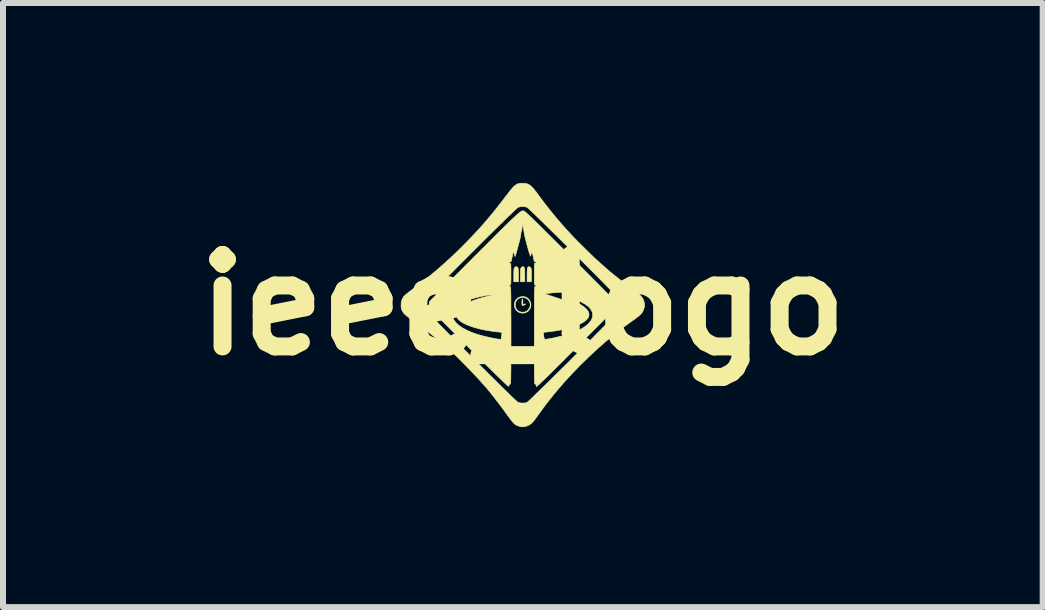
<source format=kicad_pcb>
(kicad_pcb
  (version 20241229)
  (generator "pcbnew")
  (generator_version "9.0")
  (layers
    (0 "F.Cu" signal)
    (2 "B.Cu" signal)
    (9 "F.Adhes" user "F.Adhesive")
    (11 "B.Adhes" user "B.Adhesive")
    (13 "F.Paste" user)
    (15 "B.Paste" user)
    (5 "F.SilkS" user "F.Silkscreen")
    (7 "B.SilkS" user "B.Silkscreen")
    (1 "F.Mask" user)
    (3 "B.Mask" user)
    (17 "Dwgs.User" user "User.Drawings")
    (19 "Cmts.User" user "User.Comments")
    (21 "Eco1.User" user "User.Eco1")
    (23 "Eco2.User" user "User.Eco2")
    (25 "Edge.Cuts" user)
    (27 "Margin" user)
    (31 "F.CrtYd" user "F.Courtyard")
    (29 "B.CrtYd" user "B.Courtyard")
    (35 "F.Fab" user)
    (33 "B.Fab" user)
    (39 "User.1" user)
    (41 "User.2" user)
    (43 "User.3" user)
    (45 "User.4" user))
  (footprint "ieee_logo"
    (layer "F.Cu")
    (at 5.668 2.037)
    (property "Reference" "ieee_logo" (at 0 0 0) (layer "F.SilkS") (effects (font (size 1.524 1.524) (thickness 0.3))))
    (attr through_hole)
    (fp_poly (pts (xy -0.091 -0.632) (xy -0.085 -0.626) (xy -0.08 -0.617) (xy -0.077 -0.602) (xy -0.075 -0.578) (xy -0.074 -0.544) (xy -0.073 -0.505) (xy -0.07 -0.389) (xy -0.151 -0.389) (xy -0.151 -0.5) (xy -0.151 -0.545) (xy -0.15 -0.576) (xy -0.148 -0.598) (xy -0.145 -0.612) (xy -0.14 -0.621) (xy -0.135 -0.627) (xy -0.119 -0.64) (xy -0.107 -0.641) (xy -0.091 -0.632)) (stroke (width 0.01) (type solid)) (fill yes) (layer "F.SilkS"))
    (fp_poly (pts (xy 0.019 -0.63) (xy 0.024 -0.623) (xy 0.028 -0.609) (xy 0.03 -0.588) (xy 0.031 -0.556) (xy 0.032 -0.512) (xy 0.032 -0.503) (xy 0.032 -0.389) (xy -0.04 -0.389) (xy -0.04 -0.5) (xy -0.039 -0.545) (xy -0.039 -0.576) (xy -0.037 -0.598) (xy -0.034 -0.612) (xy -0.029 -0.621) (xy -0.024 -0.627) (xy -0.007 -0.64) (xy 0.006 -0.641) (xy 0.019 -0.63)) (stroke (width 0.01) (type solid)) (fill yes) (layer "F.SilkS"))
    (fp_poly (pts (xy 0.112 -0.639) (xy 0.127 -0.627) (xy 0.133 -0.619) (xy 0.138 -0.609) (xy 0.141 -0.594) (xy 0.142 -0.57) (xy 0.143 -0.536) (xy 0.143 -0.5) (xy 0.143 -0.389) (xy 0.071 -0.389) (xy 0.071 -0.503) (xy 0.072 -0.55) (xy 0.073 -0.584) (xy 0.075 -0.607) (xy 0.078 -0.621) (xy 0.083 -0.63) (xy 0.084 -0.63) (xy 0.099 -0.641) (xy 0.112 -0.639)) (stroke (width 0.01) (type solid)) (fill yes) (layer "F.SilkS"))
    (fp_poly (pts (xy -0.004 -0.096) (xy -0.001 -0.077) (xy 0 -0.056) (xy 0.000395 -0.028) (xy 0.003 -0.013) (xy 0.008 -0.009) (xy 0.019 -0.013) (xy 0.024 -0.016) (xy 0.038 -0.02) (xy 0.043 -0.017) (xy 0.039 -0.01) (xy 0.026 -0.002) (xy 0.008 0.005) (xy -0.008 0.008) (xy -0.009 0.008) (xy -0.012 0.001) (xy -0.015 -0.018) (xy -0.016 -0.045) (xy -0.016 -0.048) (xy -0.015 -0.076) (xy -0.012 -0.096) (xy -0.008 -0.103) (xy -0.008 -0.103) (xy -0.004 -0.096)) (stroke (width 0.01) (type solid)) (fill yes) (layer "F.SilkS"))
    (fp_poly (pts (xy 0.06 -0.129) (xy 0.093 -0.105) (xy 0.118 -0.072) (xy 0.132 -0.03) (xy 0.135 -0.004) (xy 0.128 0.042) (xy 0.108 0.08) (xy 0.079 0.109) (xy 0.043 0.128) (xy 0.001 0.135) (xy -0.043 0.129) (xy -0.07 0.118) (xy -0.104 0.093) (xy -0.128 0.06) (xy -0.14 0.022) (xy -0.141 -0.004) (xy -0.127 -0.004) (xy -0.12 0.041) (xy -0.101 0.077) (xy -0.07 0.103) (xy -0.03 0.117) (xy -0.003 0.119) (xy 0.034 0.115) (xy 0.064 0.101) (xy 0.089 0.078) (xy 0.109 0.048) (xy 0.122 0.015) (xy 0.124 -0.014) (xy 0.124 -0.018) (xy 0.109 -0.062) (xy 0.082 -0.095) (xy 0.046 -0.118) (xy 0.003 -0.127) (xy -0.004 -0.127) (xy -0.049 -0.12) (xy -0.085 -0.101) (xy -0.111 -0.07) (xy -0.125 -0.03) (xy -0.127 -0.004) (xy -0.141 -0.004) (xy -0.142 -0.019) (xy -0.132 -0.058) (xy -0.112 -0.093) (xy -0.08 -0.12) (xy -0.069 -0.126) (xy -0.024 -0.141) (xy 0.02 -0.141) (xy 0.06 -0.129)) (stroke (width 0.01) (type solid)) (fill yes) (layer "F.SilkS"))
    (fp_poly (pts (xy 0.032 -2.03) (xy 0.066 -2.024) (xy 0.096 -2.012) (xy 0.125 -1.993) (xy 0.156 -1.965) (xy 0.189 -1.927) (xy 0.228 -1.878) (xy 0.247 -1.852) (xy 0.288 -1.796) (xy 0.331 -1.738) (xy 0.375 -1.681) (xy 0.416 -1.629) (xy 0.451 -1.585) (xy 0.458 -1.576) (xy 0.473 -1.557) (xy 0.486 -1.541) (xy 0.487 -1.54) (xy 0.497 -1.527) (xy 0.515 -1.505) (xy 0.537 -1.479) (xy 0.56 -1.451) (xy 0.582 -1.426) (xy 0.596 -1.409) (xy 0.658 -1.337) (xy 0.711 -1.277) (xy 0.757 -1.227) (xy 0.795 -1.185) (xy 0.797 -1.183) (xy 0.826 -1.152) (xy 0.864 -1.113) (xy 0.907 -1.069) (xy 0.955 -1.021) (xy 1.005 -0.972) (xy 1.055 -0.922) (xy 1.103 -0.875) (xy 1.146 -0.833) (xy 1.184 -0.796) (xy 1.214 -0.768) (xy 1.225 -0.758) (xy 1.258 -0.729) (xy 1.284 -0.706) (xy 1.305 -0.687) (xy 1.325 -0.669) (xy 1.349 -0.647) (xy 1.354 -0.643) (xy 1.399 -0.603) (xy 1.453 -0.557) (xy 1.515 -0.506) (xy 1.581 -0.453) (xy 1.647 -0.401) (xy 1.712 -0.35) (xy 1.772 -0.305) (xy 1.825 -0.266) (xy 1.825 -0.266) (xy 1.881 -0.225) (xy 1.925 -0.191) (xy 1.958 -0.161) (xy 1.983 -0.134) (xy 2.001 -0.108) (xy 2.014 -0.08) (xy 2.022 -0.05) (xy 2.025 -0.038) (xy 2.029 -0.012) (xy 2.029 0.01) (xy 2.025 0.034) (xy 2.017 0.063) (xy 2.008 0.089) (xy 1.997 0.112) (xy 1.982 0.134) (xy 1.961 0.157) (xy 1.934 0.181) (xy 1.897 0.21) (xy 1.85 0.245) (xy 1.818 0.268) (xy 1.776 0.297) (xy 1.74 0.323) (xy 1.709 0.346) (xy 1.678 0.368) (xy 1.646 0.393) (xy 1.61 0.421) (xy 1.567 0.456) (xy 1.516 0.496) (xy 1.378 0.61) (xy 1.236 0.735) (xy 1.094 0.868) (xy 0.953 1.006) (xy 0.818 1.145) (xy 0.691 1.284) (xy 0.583 1.409) (xy 0.564 1.432) (xy 0.549 1.45) (xy 0.54 1.46) (xy 0.54 1.46) (xy 0.533 1.468) (xy 0.519 1.485) (xy 0.499 1.511) (xy 0.474 1.542) (xy 0.46 1.559) (xy 0.431 1.596) (xy 0.403 1.631) (xy 0.376 1.667) (xy 0.347 1.706) (xy 0.315 1.749) (xy 0.278 1.801) (xy 0.234 1.862) (xy 0.222 1.878) (xy 0.188 1.924) (xy 0.158 1.958) (xy 0.131 1.983) (xy 0.102 2.001) (xy 0.07 2.015) (xy 0.055 2.019) (xy 0.023 2.028) (xy -0.003 2.031) (xy -0.028 2.028) (xy -0.057 2.021) (xy -0.081 2.014) (xy -0.101 2.006) (xy -0.121 1.995) (xy -0.14 1.98) (xy -0.161 1.96) (xy -0.184 1.932) (xy -0.212 1.896) (xy -0.246 1.85) (xy -0.288 1.792) (xy -0.292 1.786) (xy -0.321 1.746) (xy -0.354 1.702) (xy -0.391 1.653) (xy -0.429 1.603) (xy -0.468 1.553) (xy -0.506 1.504) (xy -0.541 1.46) (xy -0.572 1.421) (xy -0.598 1.39) (xy -0.617 1.367) (xy -0.627 1.357) (xy -0.634 1.35) (xy -0.648 1.334) (xy -0.662 1.318) (xy -0.712 1.261) (xy -0.77 1.199) (xy -0.833 1.132) (xy -0.899 1.062) (xy -0.967 0.993) (xy -1.033 0.926) (xy -1.096 0.863) (xy -1.154 0.808) (xy -1.205 0.761) (xy -1.219 0.748) (xy -1.331 0.65) (xy -1.438 0.56) (xy -1.544 0.475) (xy -1.652 0.391) (xy -1.768 0.305) (xy -1.838 0.255) (xy -1.885 0.22) (xy -1.921 0.193) (xy -1.948 0.171) (xy -1.969 0.153) (xy -1.984 0.137) (xy -1.996 0.12) (xy -2 0.114) (xy -2.017 0.084) (xy -2.026 0.058) (xy -2.03 0.026) (xy -2.031 0.016) (xy -2.03 0.009) (xy -1.642 0.009) (xy -1.635 0.055) (xy -1.628 0.074) (xy -1.62 0.084) (xy -1.602 0.104) (xy -1.574 0.134) (xy -1.537 0.173) (xy -1.492 0.22) (xy -1.44 0.273) (xy -1.382 0.333) (xy -1.317 0.399) (xy -1.248 0.469) (xy -1.175 0.543) (xy -1.099 0.62) (xy -1.02 0.699) (xy -0.939 0.78) (xy -0.858 0.862) (xy -0.776 0.943) (xy -0.696 1.024) (xy -0.616 1.102) (xy -0.54 1.178) (xy -0.466 1.251) (xy -0.396 1.32) (xy -0.332 1.384) (xy -0.272 1.441) (xy -0.219 1.493) (xy -0.174 1.537) (xy -0.136 1.572) (xy -0.107 1.599) (xy -0.088 1.616) (xy -0.079 1.623) (xy -0.046 1.631) (xy -0.005 1.634) (xy 0.036 1.632) (xy 0.07 1.623) (xy 0.079 1.616) (xy 0.099 1.598) (xy 0.128 1.571) (xy 0.166 1.535) (xy 0.212 1.49) (xy 0.265 1.439) (xy 0.325 1.381) (xy 0.39 1.317) (xy 0.46 1.248) (xy 0.533 1.175) (xy 0.61 1.099) (xy 0.69 1.021) (xy 0.77 0.941) (xy 0.852 0.859) (xy 0.933 0.778) (xy 1.014 0.698) (xy 1.093 0.619) (xy 1.169 0.542) (xy 1.242 0.468) (xy 1.311 0.399) (xy 1.375 0.334) (xy 1.434 0.274) (xy 1.486 0.221) (xy 1.53 0.175) (xy 1.567 0.137) (xy 1.594 0.107) (xy 1.612 0.087) (xy 1.62 0.078) (xy 1.631 0.043) (xy 1.635 0.001) (xy 1.633 -0.042) (xy 1.623 -0.079) (xy 1.62 -0.086) (xy 1.612 -0.096) (xy 1.593 -0.116) (xy 1.565 -0.146) (xy 1.528 -0.185) (xy 1.483 -0.231) (xy 1.431 -0.285) (xy 1.372 -0.345) (xy 1.308 -0.41) (xy 1.239 -0.48) (xy 1.165 -0.554) (xy 1.089 -0.63) (xy 1.01 -0.709) (xy 0.929 -0.79) (xy 0.848 -0.871) (xy 0.766 -0.952) (xy 0.686 -1.033) (xy 0.607 -1.111) (xy 0.53 -1.187) (xy 0.456 -1.26) (xy 0.387 -1.328) (xy 0.322 -1.392) (xy 0.263 -1.449) (xy 0.21 -1.501) (xy 0.164 -1.545) (xy 0.127 -1.58) (xy 0.098 -1.607) (xy 0.078 -1.624) (xy 0.07 -1.631) (xy 0.034 -1.64) (xy -0.009 -1.643) (xy -0.051 -1.638) (xy -0.078 -1.631) (xy -0.088 -1.623) (xy -0.108 -1.606) (xy -0.138 -1.578) (xy -0.176 -1.541) (xy -0.223 -1.497) (xy -0.277 -1.445) (xy -0.336 -1.386) (xy -0.402 -1.322) (xy -0.472 -1.253) (xy -0.546 -1.18) (xy -0.623 -1.104) (xy -0.702 -1.025) (xy -0.783 -0.944) (xy -0.865 -0.863) (xy -0.946 -0.781) (xy -1.027 -0.701) (xy -1.106 -0.621) (xy -1.182 -0.544) (xy -1.255 -0.471) (xy -1.323 -0.401) (xy -1.387 -0.336) (xy -1.445 -0.276) (xy -1.497 -0.223) (xy -1.541 -0.177) (xy -1.577 -0.139) (xy -1.604 -0.11) (xy -1.621 -0.091) (xy -1.628 -0.082) (xy -1.64 -0.039) (xy -1.642 0.009) (xy -2.03 0.009) (xy -2.028 -0.047) (xy -2.011 -0.102) (xy -1.984 -0.145) (xy -1.968 -0.161) (xy -1.943 -0.183) (xy -1.911 -0.208) (xy -1.877 -0.234) (xy -1.875 -0.236) (xy -1.844 -0.259) (xy -1.808 -0.285) (xy -1.771 -0.313) (xy -1.734 -0.341) (xy -1.701 -0.367) (xy -1.673 -0.388) (xy -1.653 -0.404) (xy -1.643 -0.413) (xy -1.635 -0.419) (xy -1.618 -0.433) (xy -1.595 -0.452) (xy -1.58 -0.464) (xy -1.553 -0.485) (xy -1.532 -0.502) (xy -1.519 -0.513) (xy -1.516 -0.516) (xy -1.508 -0.522) (xy -1.492 -0.537) (xy -1.47 -0.555) (xy -1.464 -0.56) (xy -1.437 -0.582) (xy -1.414 -0.602) (xy -1.392 -0.621) (xy -1.368 -0.642) (xy -1.339 -0.668) (xy -1.302 -0.701) (xy -1.286 -0.715) (xy -1.2 -0.793) (xy -1.11 -0.879) (xy -1.018 -0.969) (xy -0.927 -1.062) (xy -0.838 -1.154) (xy -0.754 -1.243) (xy -0.678 -1.328) (xy -0.619 -1.396) (xy -0.6 -1.419) (xy -0.584 -1.437) (xy -0.575 -1.448) (xy -0.554 -1.472) (xy -0.525 -1.507) (xy -0.489 -1.55) (xy -0.45 -1.6) (xy -0.408 -1.653) (xy -0.365 -1.708) (xy -0.323 -1.763) (xy -0.289 -1.807) (xy -0.243 -1.867) (xy -0.205 -1.916) (xy -0.172 -1.954) (xy -0.144 -1.983) (xy -0.118 -2.004) (xy -0.094 -2.018) (xy -0.069 -2.026) (xy -0.042 -2.031) (xy -0.011 -2.032) (xy -0.006 -2.032) (xy 0.032 -2.03)) (stroke (width 0.01) (type solid)) (fill yes) (layer "F.SilkS"))
    (fp_poly (pts (xy 0.01 -1.57) (xy 0.017 -1.567) (xy 0.025 -1.565) (xy 0.026 -1.564) (xy 0.035 -1.558) (xy 0.052 -1.543) (xy 0.079 -1.519) (xy 0.114 -1.485) (xy 0.16 -1.442) (xy 0.214 -1.389) (xy 0.279 -1.326) (xy 0.353 -1.252) (xy 0.438 -1.168) (xy 0.534 -1.073) (xy 0.639 -0.968) (xy 0.756 -0.851) (xy 0.8 -0.808) (xy 0.912 -0.696) (xy 1.013 -0.594) (xy 1.104 -0.503) (xy 1.185 -0.421) (xy 1.257 -0.349) (xy 1.319 -0.286) (xy 1.373 -0.23) (xy 1.419 -0.183) (xy 1.458 -0.143) (xy 1.489 -0.11) (xy 1.514 -0.083) (xy 1.533 -0.063) (xy 1.545 -0.048) (xy 1.553 -0.037) (xy 1.556 -0.032) (xy 1.558 -0.023) (xy 1.56 -0.015) (xy 1.561 -0.007) (xy 1.561 0.001) (xy 1.558 0.011) (xy 1.552 0.023) (xy 1.543 0.037) (xy 1.53 0.055) (xy 1.513 0.076) (xy 1.49 0.101) (xy 1.462 0.132) (xy 1.427 0.168) (xy 1.386 0.211) (xy 1.338 0.261) (xy 1.281 0.318) (xy 1.216 0.383) (xy 1.142 0.457) (xy 1.058 0.541) (xy 0.965 0.635) (xy 0.885 0.714) (xy 0.785 0.814) (xy 0.696 0.904) (xy 0.616 0.983) (xy 0.546 1.053) (xy 0.485 1.114) (xy 0.432 1.167) (xy 0.387 1.211) (xy 0.348 1.249) (xy 0.316 1.279) (xy 0.29 1.304) (xy 0.27 1.323) (xy 0.254 1.337) (xy 0.242 1.347) (xy 0.233 1.353) (xy 0.228 1.356) (xy 0.224 1.356) (xy 0.223 1.354) (xy 0.222 1.35) (xy 0.222 1.347) (xy 0.221 1.327) (xy 0.215 1.319) (xy 0.206 1.318) (xy 0.204 1.317) (xy 0.202 1.316) (xy 0.2 1.313) (xy 0.198 1.307) (xy 0.196 1.297) (xy 0.195 1.283) (xy 0.194 1.263) (xy 0.193 1.237) (xy 0.192 1.203) (xy 0.192 1.162) (xy 0.191 1.11) (xy 0.191 1.049) (xy 0.191 0.977) (xy 0.191 0.893) (xy 0.191 0.797) (xy 0.191 0.686) (xy 0.191 0.561) (xy 0.191 0.504) (xy 0.191 0.455) (xy 0.341 0.455) (xy 0.346 0.492) (xy 0.35 0.528) (xy 0.355 0.552) (xy 0.36 0.565) (xy 0.369 0.57) (xy 0.382 0.57) (xy 0.4 0.568) (xy 0.424 0.564) (xy 0.46 0.558) (xy 0.5 0.55) (xy 0.532 0.543) (xy 0.662 0.513) (xy 0.778 0.479) (xy 0.879 0.442) (xy 0.966 0.402) (xy 1.037 0.358) (xy 1.093 0.311) (xy 1.1 0.304) (xy 1.138 0.256) (xy 1.159 0.209) (xy 1.166 0.162) (xy 1.157 0.116) (xy 1.134 0.072) (xy 1.097 0.029) (xy 1.046 -0.011) (xy 0.981 -0.048) (xy 0.903 -0.083) (xy 0.812 -0.113) (xy 0.766 -0.126) (xy 0.687 -0.147) (xy 0.676 -0.181) (xy 0.668 -0.201) (xy 0.66 -0.211) (xy 0.645 -0.214) (xy 0.632 -0.214) (xy 0.613 -0.213) (xy 0.583 -0.211) (xy 0.547 -0.208) (xy 0.507 -0.205) (xy 0.467 -0.201) (xy 0.43 -0.197) (xy 0.399 -0.194) (xy 0.378 -0.191) (xy 0.369 -0.189) (xy 0.369 -0.189) (xy 0.375 -0.186) (xy 0.394 -0.178) (xy 0.425 -0.167) (xy 0.464 -0.154) (xy 0.51 -0.139) (xy 0.536 -0.13) (xy 0.707 -0.074) (xy 0.702 -0.096) (xy 0.7 -0.111) (xy 0.706 -0.115) (xy 0.72 -0.112) (xy 0.768 -0.096) (xy 0.822 -0.075) (xy 0.877 -0.051) (xy 0.927 -0.027) (xy 0.963 -0.008) (xy 1.022 0.032) (xy 1.065 0.071) (xy 1.092 0.11) (xy 1.104 0.149) (xy 1.099 0.188) (xy 1.092 0.206) (xy 1.065 0.242) (xy 1.024 0.276) (xy 0.969 0.308) (xy 0.902 0.339) (xy 0.824 0.367) (xy 0.735 0.392) (xy 0.637 0.414) (xy 0.531 0.432) (xy 0.458 0.442) (xy 0.341 0.455) (xy 0.191 0.455) (xy 0.191 0.373) (xy 0.191 0.256) (xy 0.191 0.154) (xy 0.191 0.065) (xy 0.191 -0.012) (xy 0.191 -0.078) (xy 0.192 -0.133) (xy 0.192 -0.179) (xy 0.193 -0.216) (xy 0.194 -0.245) (xy 0.195 -0.267) (xy 0.196 -0.284) (xy 0.197 -0.296) (xy 0.199 -0.303) (xy 0.201 -0.307) (xy 0.203 -0.309) (xy 0.205 -0.31) (xy 0.206 -0.31) (xy 0.219 -0.315) (xy 0.222 -0.321) (xy 0.216 -0.331) (xy 0.206 -0.333) (xy 0.201 -0.334) (xy 0.197 -0.337) (xy 0.195 -0.344) (xy 0.193 -0.358) (xy 0.191 -0.379) (xy 0.191 -0.411) (xy 0.191 -0.454) (xy 0.191 -0.512) (xy 0.191 -0.516) (xy 0.191 -0.574) (xy 0.191 -0.619) (xy 0.191 -0.651) (xy 0.193 -0.673) (xy 0.194 -0.687) (xy 0.197 -0.695) (xy 0.201 -0.698) (xy 0.206 -0.698) (xy 0.206 -0.699) (xy 0.219 -0.703) (xy 0.222 -0.71) (xy 0.216 -0.72) (xy 0.207 -0.722) (xy 0.198 -0.724) (xy 0.192 -0.729) (xy 0.187 -0.742) (xy 0.181 -0.764) (xy 0.175 -0.799) (xy 0.174 -0.802) (xy 0.166 -0.84) (xy 0.157 -0.863) (xy 0.146 -0.87) (xy 0.142 -0.869) (xy 0.137 -0.858) (xy 0.135 -0.841) (xy 0.134 -0.822) (xy 0.13 -0.816) (xy 0.124 -0.824) (xy 0.116 -0.845) (xy 0.104 -0.881) (xy 0.089 -0.931) (xy 0.075 -0.983) (xy 0.061 -1.035) (xy 0.048 -1.085) (xy 0.037 -1.129) (xy 0.029 -1.165) (xy 0.024 -1.189) (xy 0.023 -1.195) (xy 0.019 -1.224) (xy 0.013 -1.261) (xy 0.009 -1.288) (xy 0.005 -1.316) (xy 0.001 -1.337) (xy -0.002 -1.347) (xy -0.003 -1.347) (xy -0.005 -1.341) (xy -0.008 -1.324) (xy -0.011 -1.297) (xy -0.012 -1.29) (xy -0.016 -1.262) (xy -0.02 -1.241) (xy -0.024 -1.231) (xy -0.025 -1.23) (xy -0.029 -1.223) (xy -0.031 -1.205) (xy -0.032 -1.193) (xy -0.034 -1.172) (xy -0.04 -1.14) (xy -0.048 -1.1) (xy -0.059 -1.057) (xy -0.064 -1.04) (xy -0.076 -0.995) (xy -0.088 -0.951) (xy -0.098 -0.912) (xy -0.106 -0.883) (xy -0.108 -0.877) (xy -0.118 -0.841) (xy -0.125 -0.819) (xy -0.13 -0.811) (xy -0.134 -0.816) (xy -0.139 -0.831) (xy -0.142 -0.846) (xy -0.153 -0.893) (xy -0.163 -0.865) (xy -0.169 -0.843) (xy -0.176 -0.812) (xy -0.183 -0.78) (xy -0.189 -0.75) (xy -0.194 -0.733) (xy -0.2 -0.725) (xy -0.209 -0.722) (xy -0.212 -0.722) (xy -0.227 -0.718) (xy -0.23 -0.71) (xy -0.224 -0.701) (xy -0.214 -0.699) (xy -0.209 -0.698) (xy -0.205 -0.695) (xy -0.203 -0.688) (xy -0.201 -0.674) (xy -0.199 -0.653) (xy -0.199 -0.621) (xy -0.198 -0.577) (xy -0.198 -0.52) (xy -0.198 -0.516) (xy -0.198 -0.458) (xy -0.199 -0.413) (xy -0.199 -0.381) (xy -0.201 -0.359) (xy -0.202 -0.345) (xy -0.205 -0.337) (xy -0.209 -0.334) (xy -0.214 -0.333) (xy -0.214 -0.333) (xy -0.227 -0.328) (xy -0.23 -0.321) (xy -0.224 -0.312) (xy -0.214 -0.31) (xy -0.212 -0.309) (xy -0.209 -0.308) (xy -0.207 -0.305) (xy -0.206 -0.299) (xy -0.204 -0.289) (xy -0.203 -0.275) (xy -0.202 -0.255) (xy -0.201 -0.229) (xy -0.2 -0.195) (xy -0.2 -0.153) (xy -0.199 -0.102) (xy -0.199 -0.041) (xy -0.199 0.031) (xy -0.199 0.115) (xy -0.198 0.211) (xy -0.198 0.322) (xy -0.198 0.447) (xy -0.198 0.504) (xy -0.198 0.635) (xy -0.198 0.752) (xy -0.199 0.854) (xy -0.199 0.944) (xy -0.199 1.02) (xy -0.199 1.086) (xy -0.2 1.141) (xy -0.2 1.187) (xy -0.201 1.224) (xy -0.202 1.253) (xy -0.203 1.276) (xy -0.204 1.292) (xy -0.205 1.304) (xy -0.207 1.311) (xy -0.209 1.315) (xy -0.211 1.317) (xy -0.213 1.318) (xy -0.214 1.318) (xy -0.225 1.322) (xy -0.231 1.336) (xy -0.232 1.346) (xy -0.232 1.35) (xy -0.233 1.353) (xy -0.236 1.354) (xy -0.24 1.353) (xy -0.247 1.349) (xy -0.257 1.341) (xy -0.27 1.33) (xy -0.288 1.314) (xy -0.31 1.293) (xy -0.338 1.266) (xy -0.372 1.233) (xy -0.413 1.193) (xy -0.461 1.146) (xy -0.516 1.091) (xy -0.581 1.027) (xy -0.654 0.954) (xy -0.736 0.871) (xy -0.83 0.778) (xy -0.897 0.711) (xy -1.441 0.166) (xy -1.172 0.166) (xy -1.164 0.214) (xy -1.15 0.246) (xy -1.117 0.292) (xy -1.069 0.337) (xy -1.007 0.38) (xy -0.932 0.42) (xy -0.845 0.458) (xy -0.746 0.492) (xy -0.637 0.522) (xy -0.595 0.531) (xy -0.524 0.547) (xy -0.468 0.558) (xy -0.425 0.566) (xy -0.394 0.569) (xy -0.374 0.57) (xy -0.364 0.567) (xy -0.363 0.566) (xy -0.36 0.555) (xy -0.357 0.534) (xy -0.354 0.507) (xy -0.348 0.455) (xy -0.438 0.445) (xy -0.547 0.431) (xy -0.65 0.413) (xy -0.746 0.391) (xy -0.833 0.366) (xy -0.91 0.339) (xy -0.976 0.309) (xy -1.03 0.277) (xy -1.071 0.243) (xy -1.097 0.208) (xy -1.103 0.196) (xy -1.11 0.158) (xy -1.104 0.121) (xy -1.083 0.084) (xy -1.047 0.046) (xy -0.996 0.008) (xy -0.952 -0.019) (xy -0.895 -0.049) (xy -0.824 -0.078) (xy -0.74 -0.106) (xy -0.646 -0.133) (xy -0.544 -0.158) (xy -0.523 -0.163) (xy -0.486 -0.171) (xy -0.464 -0.176) (xy -0.456 -0.179) (xy -0.461 -0.18) (xy -0.477 -0.179) (xy -0.484 -0.178) (xy -0.563 -0.169) (xy -0.649 -0.154) (xy -0.736 -0.135) (xy -0.819 -0.113) (xy -0.893 -0.089) (xy -0.909 -0.083) (xy -0.988 -0.048) (xy -1.054 -0.01) (xy -1.106 0.031) (xy -1.143 0.074) (xy -1.165 0.119) (xy -1.172 0.166) (xy -1.441 0.166) (xy -1.56 0.048) (xy -1.56 -0.056) (xy -1.43 -0.185) (xy -0.416 -0.185) (xy -0.405 -0.184) (xy -0.394 -0.185) (xy -0.395 -0.188) (xy -0.411 -0.189) (xy -0.415 -0.188) (xy -0.416 -0.185) (xy -1.43 -0.185) (xy -0.81 -0.806) (xy -0.701 -0.915) (xy -0.602 -1.013) (xy -0.514 -1.101) (xy -0.436 -1.18) (xy -0.366 -1.249) (xy -0.304 -1.31) (xy -0.25 -1.363) (xy -0.204 -1.409) (xy -0.163 -1.447) (xy -0.129 -1.479) (xy -0.1 -1.506) (xy -0.076 -1.527) (xy -0.056 -1.543) (xy -0.04 -1.555) (xy -0.026 -1.563) (xy -0.015 -1.568) (xy -0.006 -1.571) (xy 0.002 -1.571) (xy 0.01 -1.57)) (stroke (width 0.01) (type solid)) (fill yes) (layer "F.SilkS")))
  (gr_rect
    (start -3 -3)
    (end 14.336 7.073)
    (stroke (width 0.1) (type default))
    (fill no)
    (layer "Edge.Cuts")))
</source>
